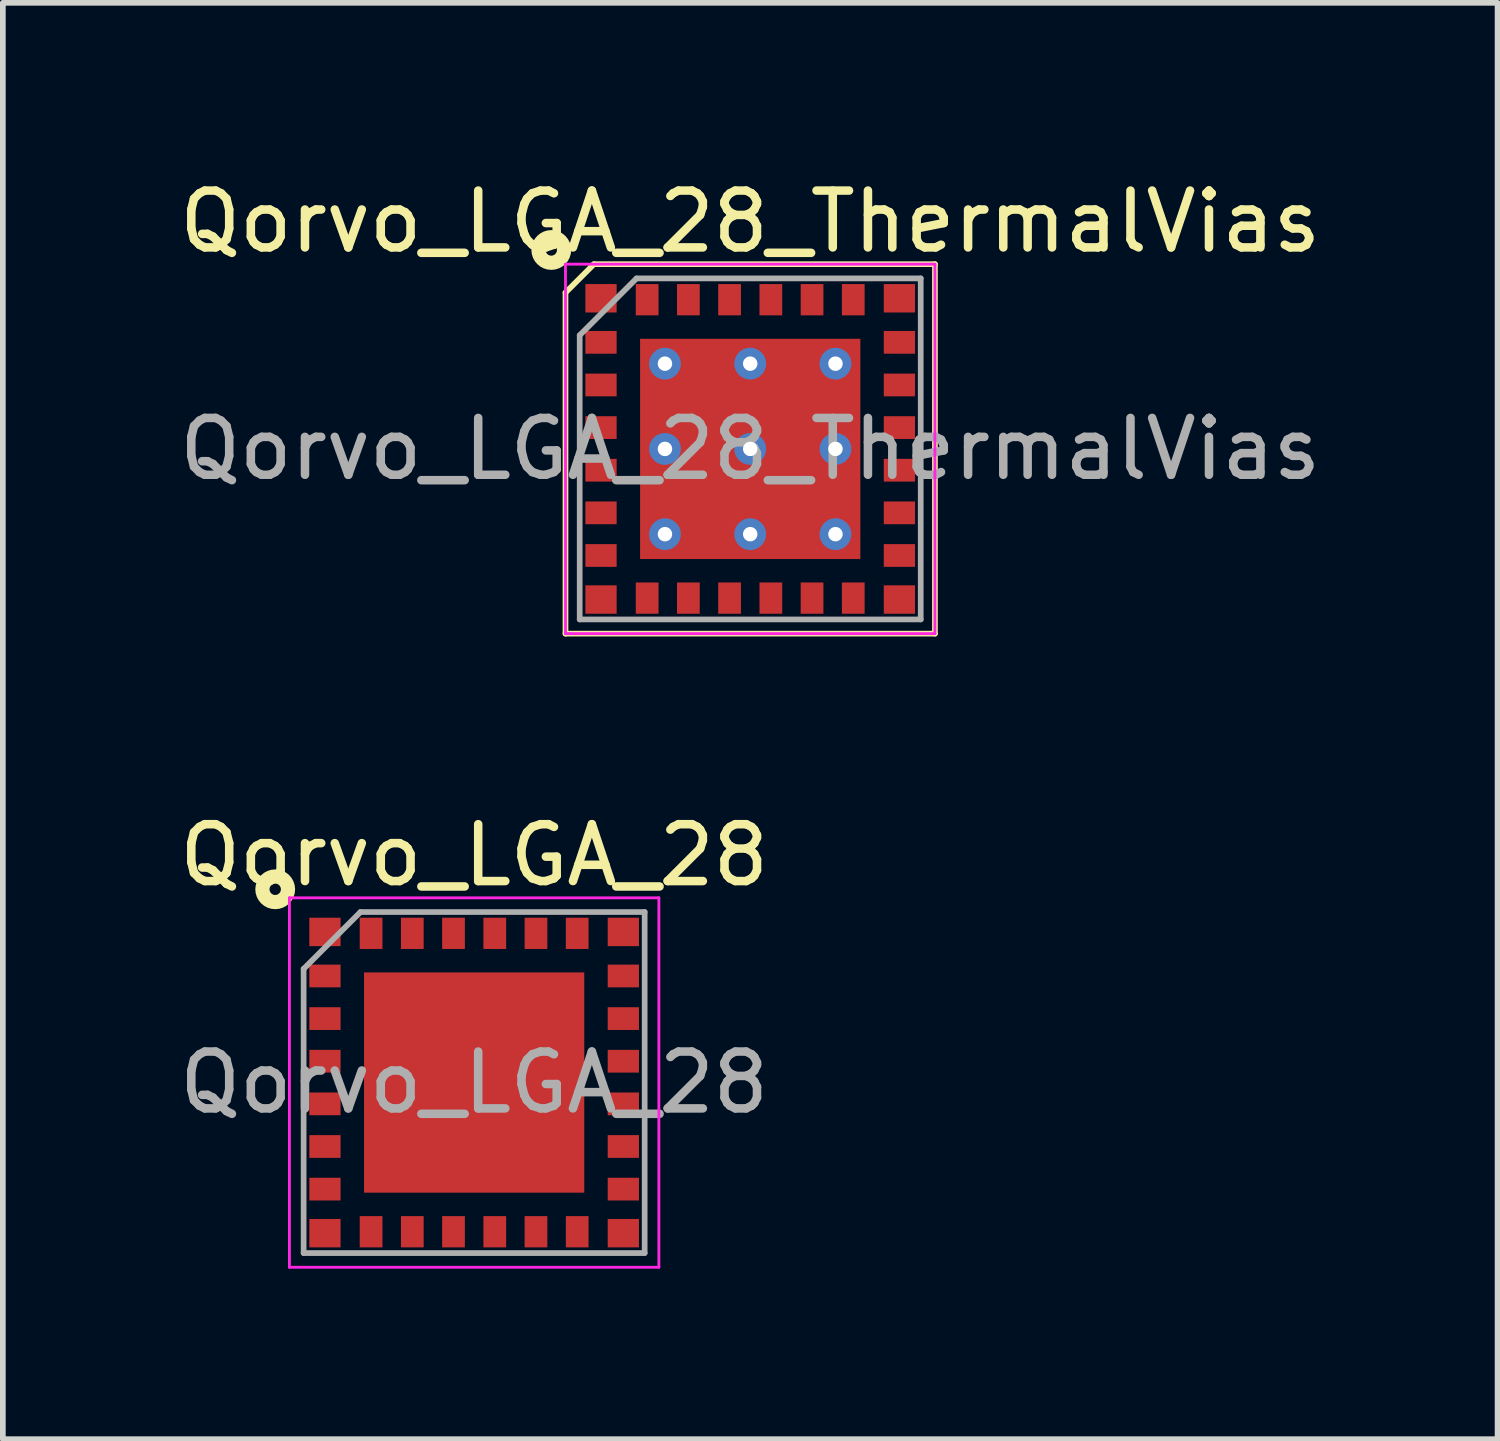
<source format=kicad_pcb>
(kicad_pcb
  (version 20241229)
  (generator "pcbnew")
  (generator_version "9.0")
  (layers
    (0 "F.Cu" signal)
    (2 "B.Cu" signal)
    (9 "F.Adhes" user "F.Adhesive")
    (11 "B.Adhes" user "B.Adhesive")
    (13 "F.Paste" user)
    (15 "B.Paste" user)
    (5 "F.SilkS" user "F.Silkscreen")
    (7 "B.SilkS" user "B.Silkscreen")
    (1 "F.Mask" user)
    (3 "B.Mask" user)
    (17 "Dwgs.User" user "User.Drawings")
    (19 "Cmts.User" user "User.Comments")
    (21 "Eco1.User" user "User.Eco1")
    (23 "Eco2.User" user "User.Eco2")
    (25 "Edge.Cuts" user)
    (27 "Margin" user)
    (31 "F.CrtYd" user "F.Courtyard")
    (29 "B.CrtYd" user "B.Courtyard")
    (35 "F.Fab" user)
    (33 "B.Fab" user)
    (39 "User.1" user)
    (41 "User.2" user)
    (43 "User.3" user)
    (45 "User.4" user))
  (footprint "Qorvo_LGA_28"
    (layer "F.Cu")
    (at 5.292 15.996)
    (property "Reference" "Qorvo_LGA_28" (at 0 -4 0) (layer "F.SilkS") (effects (font (size 1 1) (thickness 0.15))))
    (attr through_hole)
    (fp_circle (center -3.5 -3.4) (end -3.5 -3.5) (stroke (width 0.25) (type solid)) (fill no) (layer "F.SilkS"))
    (fp_line (start -3.25 -3.25) (end 3.25 -3.25) (stroke (width 0.05) (type solid)) (layer "F.CrtYd"))
    (fp_line (start -3.25 3.25) (end -3.25 -3.25) (stroke (width 0.05) (type solid)) (layer "F.CrtYd"))
    (fp_line (start 3.25 -3.25) (end 3.25 3.25) (stroke (width 0.05) (type solid)) (layer "F.CrtYd"))
    (fp_line (start 3.25 3.25) (end -3.25 3.25) (stroke (width 0.05) (type solid)) (layer "F.CrtYd"))
    (fp_line (start -3 -2) (end -2 -3) (stroke (width 0.1) (type solid)) (layer "F.Fab"))
    (fp_line (start -3 3) (end -3 -2) (stroke (width 0.1) (type solid)) (layer "F.Fab"))
    (fp_line (start -2 -3) (end 3 -3) (stroke (width 0.1) (type solid)) (layer "F.Fab"))
    (fp_line (start 3 -3) (end 3 3) (stroke (width 0.1) (type solid)) (layer "F.Fab"))
    (fp_line (start 3 3) (end -3 3) (stroke (width 0.1) (type solid)) (layer "F.Fab"))
    (fp_text user "${REFERENCE}" (at 0 0 0) (layer "F.Fab") (effects (font (size 1 1) (thickness 0.15))))
    (pad "" smd rect (at -1 -1) (size 1.5 1.5) (layers "F.Paste"))
    (pad "" smd rect (at -1 1) (size 1.5 1.5) (layers "F.Paste"))
    (pad "" smd rect (at 1 -1) (size 1.5 1.5) (layers "F.Paste"))
    (pad "" smd rect (at 1 1) (size 1.5 1.5) (layers "F.Paste"))
    (pad "1" smd rect (at -2.625 -2.65) (size 0.55 0.5) (layers "F.Cu" "F.Mask" "F.Paste"))
    (pad "2" smd rect (at -2.625 -1.875) (size 0.55 0.4) (layers "F.Cu" "F.Mask" "F.Paste"))
    (pad "3" smd rect (at -2.625 -1.125) (size 0.55 0.4) (layers "F.Cu" "F.Mask" "F.Paste"))
    (pad "4" smd rect (at -2.625 -0.375) (size 0.55 0.4) (layers "F.Cu" "F.Mask" "F.Paste"))
    (pad "5" smd rect (at -2.625 0.375) (size 0.55 0.4) (layers "F.Cu" "F.Mask" "F.Paste"))
    (pad "6" smd rect (at -2.625 1.125) (size 0.55 0.4) (layers "F.Cu" "F.Mask" "F.Paste"))
    (pad "7" smd rect (at -2.625 1.875) (size 0.55 0.4) (layers "F.Cu" "F.Mask" "F.Paste"))
    (pad "8" smd rect (at -2.625 2.65) (size 0.55 0.5) (layers "F.Cu" "F.Mask" "F.Paste"))
    (pad "9" smd rect (at -1.813 2.625) (size 0.4 0.55) (layers "F.Cu" "F.Mask" "F.Paste"))
    (pad "10" smd rect (at -1.088 2.625) (size 0.4 0.55) (layers "F.Cu" "F.Mask" "F.Paste"))
    (pad "11" smd rect (at -0.363 2.625) (size 0.4 0.55) (layers "F.Cu" "F.Mask" "F.Paste"))
    (pad "12" smd rect (at 0.363 2.625) (size 0.4 0.55) (layers "F.Cu" "F.Mask" "F.Paste"))
    (pad "13" smd rect (at 1.088 2.625) (size 0.4 0.55) (layers "F.Cu" "F.Mask" "F.Paste"))
    (pad "14" smd rect (at 1.813 2.625) (size 0.4 0.55) (layers "F.Cu" "F.Mask" "F.Paste"))
    (pad "15" smd rect (at 2.625 2.65) (size 0.55 0.5) (layers "F.Cu" "F.Mask" "F.Paste"))
    (pad "16" smd rect (at 2.625 1.875) (size 0.55 0.4) (layers "F.Cu" "F.Mask" "F.Paste"))
    (pad "17" smd rect (at 2.625 1.125) (size 0.55 0.4) (layers "F.Cu" "F.Mask" "F.Paste"))
    (pad "18" smd rect (at 2.625 0.375) (size 0.55 0.4) (layers "F.Cu" "F.Mask" "F.Paste"))
    (pad "19" smd rect (at 2.625 -0.375) (size 0.55 0.4) (layers "F.Cu" "F.Mask" "F.Paste"))
    (pad "20" smd rect (at 2.625 -1.125) (size 0.55 0.4) (layers "F.Cu" "F.Mask" "F.Paste"))
    (pad "21" smd rect (at 2.625 -1.875) (size 0.55 0.4) (layers "F.Cu" "F.Mask" "F.Paste"))
    (pad "22" smd rect (at 2.625 -2.65) (size 0.55 0.5) (layers "F.Cu" "F.Mask" "F.Paste"))
    (pad "23" smd rect (at 1.813 -2.625) (size 0.4 0.55) (layers "F.Cu" "F.Mask" "F.Paste"))
    (pad "24" smd rect (at 1.088 -2.625) (size 0.4 0.55) (layers "F.Cu" "F.Mask" "F.Paste"))
    (pad "25" smd rect (at 0.363 -2.625) (size 0.4 0.55) (layers "F.Cu" "F.Mask" "F.Paste"))
    (pad "26" smd rect (at -0.363 -2.625) (size 0.4 0.55) (layers "F.Cu" "F.Mask" "F.Paste"))
    (pad "27" smd rect (at -1.088 -2.625) (size 0.4 0.55) (layers "F.Cu" "F.Mask" "F.Paste"))
    (pad "28" smd rect (at -1.813 -2.625) (size 0.4 0.55) (layers "F.Cu" "F.Mask" "F.Paste"))
    (pad "29" smd rect (at 0 0) (size 3.875 3.875) (layers "F.Cu" "F.Mask")))
  (footprint "Qorvo_LGA_28_ThermalVias"
    (layer "F.Cu")
    (at 10.149 4.848)
    (property "Reference" "Qorvo_LGA_28_ThermalVias" (at 0 -4 0) (layer "F.SilkS") (effects (font (size 1 1) (thickness 0.15))))
    (attr through_hole)
    (fp_line (start -3.25 -2.75) (end -2.75 -3.25) (stroke (width 0.1) (type solid)) (layer "F.SilkS"))
    (fp_line (start -3.25 3.25) (end -3.25 -2.75) (stroke (width 0.1) (type solid)) (layer "F.SilkS"))
    (fp_line (start -2.75 -3.25) (end 3.25 -3.25) (stroke (width 0.1) (type solid)) (layer "F.SilkS"))
    (fp_line (start 3.25 -3.25) (end 3.25 3.25) (stroke (width 0.1) (type solid)) (layer "F.SilkS"))
    (fp_line (start 3.25 3.25) (end -3.25 3.25) (stroke (width 0.1) (type solid)) (layer "F.SilkS"))
    (fp_circle (center -3.5 -3.5) (end -3.5 -3.6) (stroke (width 0.25) (type solid)) (fill no) (layer "F.SilkS"))
    (fp_line (start -3.25 -3.25) (end 3.25 -3.25) (stroke (width 0.05) (type solid)) (layer "F.CrtYd"))
    (fp_line (start -3.25 3.25) (end -3.25 -3.25) (stroke (width 0.05) (type solid)) (layer "F.CrtYd"))
    (fp_line (start 3.25 -3.25) (end 3.25 3.25) (stroke (width 0.05) (type solid)) (layer "F.CrtYd"))
    (fp_line (start 3.25 3.25) (end -3.25 3.25) (stroke (width 0.05) (type solid)) (layer "F.CrtYd"))
    (fp_line (start -3 -2) (end -2 -3) (stroke (width 0.1) (type solid)) (layer "F.Fab"))
    (fp_line (start -3 3) (end -3 -2) (stroke (width 0.1) (type solid)) (layer "F.Fab"))
    (fp_line (start -2 -3) (end 3 -3) (stroke (width 0.1) (type solid)) (layer "F.Fab"))
    (fp_line (start 3 -3) (end 3 3) (stroke (width 0.1) (type solid)) (layer "F.Fab"))
    (fp_line (start 3 3) (end -3 3) (stroke (width 0.1) (type solid)) (layer "F.Fab"))
    (fp_text user "${REFERENCE}" (at 0 0 0) (layer "F.Fab") (effects (font (size 1 1) (thickness 0.15))))
    (pad "1" smd rect (at -2.625 -2.65) (size 0.55 0.5) (layers "F.Cu" "F.Mask" "F.Paste"))
    (pad "2" smd rect (at -2.625 -1.875) (size 0.55 0.4) (layers "F.Cu" "F.Mask" "F.Paste"))
    (pad "3" smd rect (at -2.625 -1.125) (size 0.55 0.4) (layers "F.Cu" "F.Mask" "F.Paste"))
    (pad "4" smd rect (at -2.625 -0.375) (size 0.55 0.4) (layers "F.Cu" "F.Mask" "F.Paste"))
    (pad "5" smd rect (at -2.625 0.375) (size 0.55 0.4) (layers "F.Cu" "F.Mask" "F.Paste"))
    (pad "6" smd rect (at -2.625 1.125) (size 0.55 0.4) (layers "F.Cu" "F.Mask" "F.Paste"))
    (pad "7" smd rect (at -2.625 1.875) (size 0.55 0.4) (layers "F.Cu" "F.Mask" "F.Paste"))
    (pad "8" smd rect (at -2.625 2.65) (size 0.55 0.5) (layers "F.Cu" "F.Mask" "F.Paste"))
    (pad "9" smd rect (at -1.813 2.625) (size 0.4 0.55) (layers "F.Cu" "F.Mask" "F.Paste"))
    (pad "10" smd rect (at -1.088 2.625) (size 0.4 0.55) (layers "F.Cu" "F.Mask" "F.Paste"))
    (pad "11" smd rect (at -0.363 2.625) (size 0.4 0.55) (layers "F.Cu" "F.Mask" "F.Paste"))
    (pad "12" smd rect (at 0.363 2.625) (size 0.4 0.55) (layers "F.Cu" "F.Mask" "F.Paste"))
    (pad "13" smd rect (at 1.088 2.625) (size 0.4 0.55) (layers "F.Cu" "F.Mask" "F.Paste"))
    (pad "14" smd rect (at 1.813 2.625) (size 0.4 0.55) (layers "F.Cu" "F.Mask" "F.Paste"))
    (pad "15" smd rect (at 2.625 2.65) (size 0.55 0.5) (layers "F.Cu" "F.Mask" "F.Paste"))
    (pad "16" smd rect (at 2.625 1.875) (size 0.55 0.4) (layers "F.Cu" "F.Mask" "F.Paste"))
    (pad "17" smd rect (at 2.625 1.125) (size 0.55 0.4) (layers "F.Cu" "F.Mask" "F.Paste"))
    (pad "18" smd rect (at 2.625 0.375) (size 0.55 0.4) (layers "F.Cu" "F.Mask" "F.Paste"))
    (pad "19" smd rect (at 2.625 -0.375) (size 0.55 0.4) (layers "F.Cu" "F.Mask" "F.Paste"))
    (pad "20" smd rect (at 2.625 -1.125) (size 0.55 0.4) (layers "F.Cu" "F.Mask" "F.Paste"))
    (pad "21" smd rect (at 2.625 -1.875) (size 0.55 0.4) (layers "F.Cu" "F.Mask" "F.Paste"))
    (pad "22" smd rect (at 2.625 -2.65) (size 0.55 0.5) (layers "F.Cu" "F.Mask" "F.Paste"))
    (pad "23" smd rect (at 1.813 -2.625) (size 0.4 0.55) (layers "F.Cu" "F.Mask" "F.Paste"))
    (pad "24" smd rect (at 1.088 -2.625) (size 0.4 0.55) (layers "F.Cu" "F.Mask" "F.Paste"))
    (pad "25" smd rect (at 0.363 -2.625) (size 0.4 0.55) (layers "F.Cu" "F.Mask" "F.Paste"))
    (pad "26" smd rect (at -0.363 -2.625) (size 0.4 0.55) (layers "F.Cu" "F.Mask" "F.Paste"))
    (pad "27" smd rect (at -1.088 -2.625) (size 0.4 0.55) (layers "F.Cu" "F.Mask" "F.Paste"))
    (pad "28" smd rect (at -1.813 -2.625) (size 0.4 0.55) (layers "F.Cu" "F.Mask" "F.Paste"))
    (pad "29" thru_hole circle (at -1.5 -1.5) (size 0.559 0.559) (drill 0.254) (layers "*.Cu" "B.Mask"))
    (pad "29" thru_hole circle (at -1.5 0) (size 0.559 0.559) (drill 0.254) (layers "*.Cu" "B.Mask"))
    (pad "29" thru_hole circle (at -1.5 1.5) (size 0.559 0.559) (drill 0.254) (layers "*.Cu" "B.Mask"))
    (pad "29" smd rect (at -0.75 0) (size 0.6 3.5) (layers "F.Cu" "F.Mask" "F.Paste"))
    (pad "29" thru_hole circle (at 0 -1.5) (size 0.559 0.559) (drill 0.254) (layers "*.Cu" "B.Mask"))
    (pad "29" smd rect (at 0 -0.75 90) (size 0.6 3.5) (layers "F.Cu" "F.Mask" "F.Paste"))
    (pad "29" thru_hole circle (at 0 0) (size 0.559 0.559) (drill 0.254) (layers "*.Cu" "B.Mask"))
    (pad "29" smd rect (at 0 0) (size 3.875 3.875) (layers "F.Cu"))
    (pad "29" smd rect (at 0 0.75 90) (size 0.6 3.5) (layers "F.Cu" "F.Mask" "F.Paste"))
    (pad "29" thru_hole circle (at 0 1.5) (size 0.559 0.559) (drill 0.254) (layers "*.Cu" "B.Mask"))
    (pad "29" smd rect (at 0.75 0) (size 0.6 3.5) (layers "F.Cu" "F.Mask" "F.Paste"))
    (pad "29" thru_hole circle (at 1.5 -1.5) (size 0.559 0.559) (drill 0.254) (layers "*.Cu" "B.Mask"))
    (pad "29" thru_hole circle (at 1.5 0) (size 0.559 0.559) (drill 0.254) (layers "*.Cu" "B.Mask"))
    (pad "29" thru_hole circle (at 1.5 1.5) (size 0.559 0.559) (drill 0.254) (layers "*.Cu" "B.Mask")))
  (gr_rect
    (start -3 -3)
    (end 23.298 22.271)
    (stroke (width 0.1) (type default))
    (fill no)
    (layer "Edge.Cuts")))
</source>
